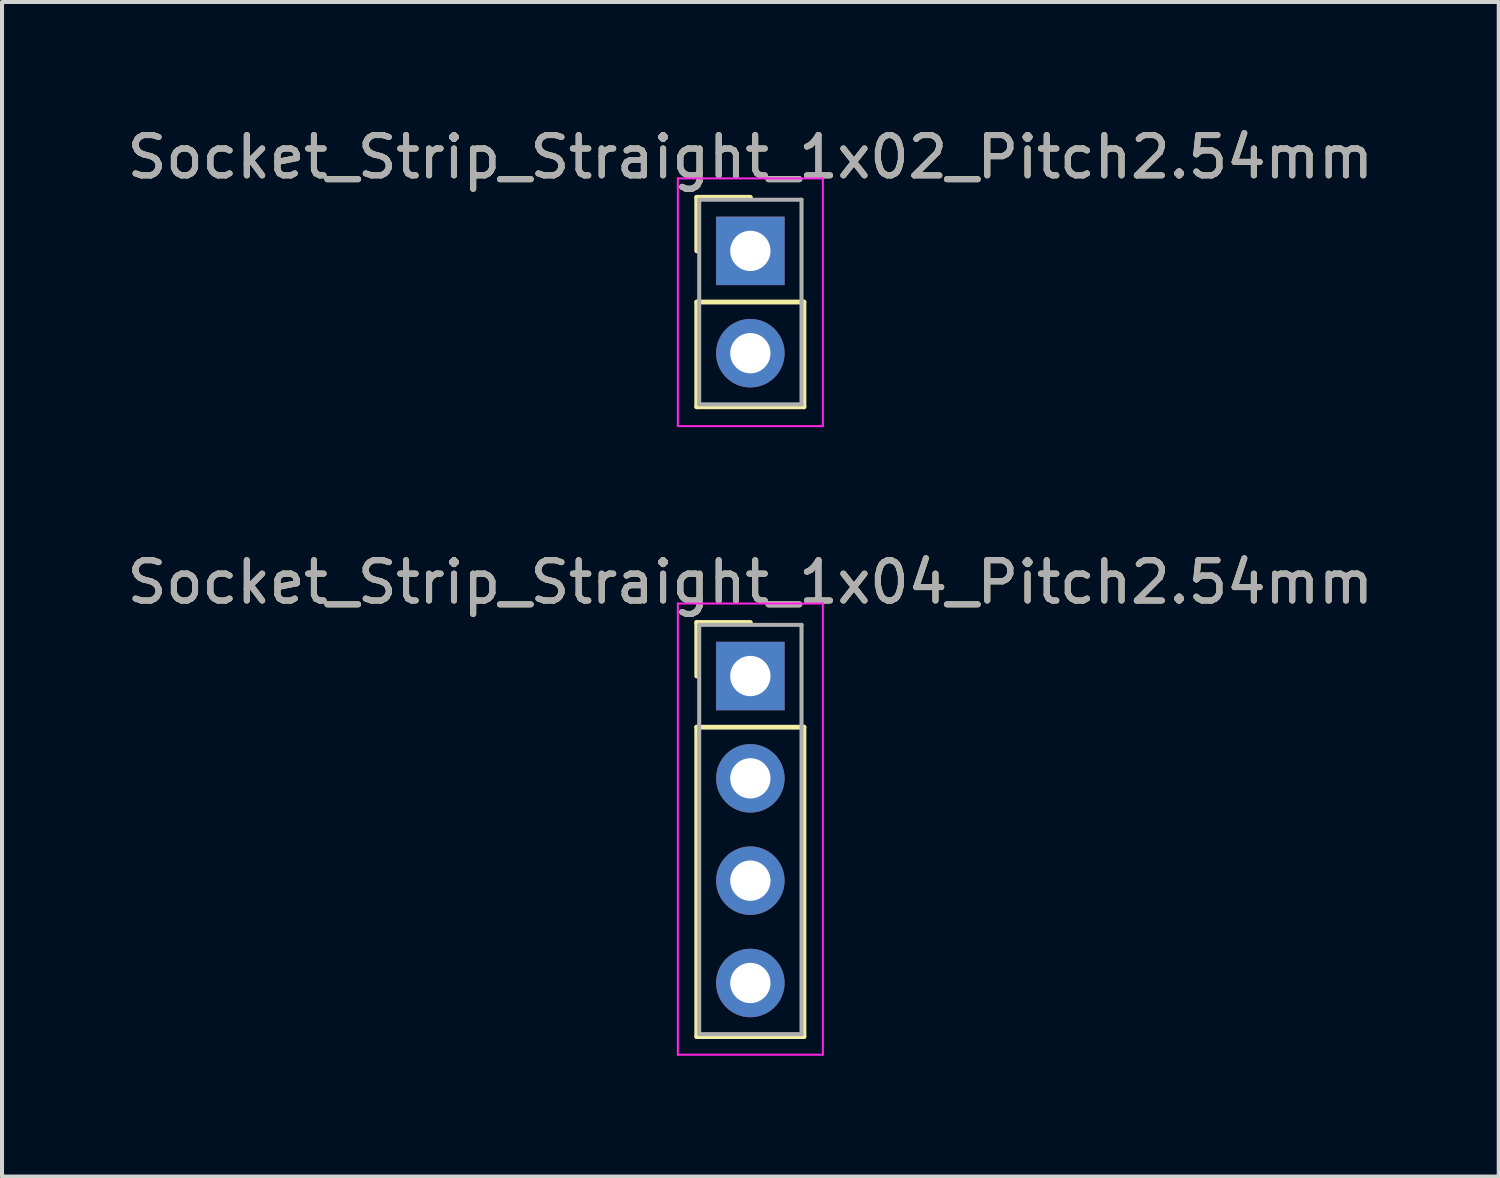
<source format=kicad_pcb>
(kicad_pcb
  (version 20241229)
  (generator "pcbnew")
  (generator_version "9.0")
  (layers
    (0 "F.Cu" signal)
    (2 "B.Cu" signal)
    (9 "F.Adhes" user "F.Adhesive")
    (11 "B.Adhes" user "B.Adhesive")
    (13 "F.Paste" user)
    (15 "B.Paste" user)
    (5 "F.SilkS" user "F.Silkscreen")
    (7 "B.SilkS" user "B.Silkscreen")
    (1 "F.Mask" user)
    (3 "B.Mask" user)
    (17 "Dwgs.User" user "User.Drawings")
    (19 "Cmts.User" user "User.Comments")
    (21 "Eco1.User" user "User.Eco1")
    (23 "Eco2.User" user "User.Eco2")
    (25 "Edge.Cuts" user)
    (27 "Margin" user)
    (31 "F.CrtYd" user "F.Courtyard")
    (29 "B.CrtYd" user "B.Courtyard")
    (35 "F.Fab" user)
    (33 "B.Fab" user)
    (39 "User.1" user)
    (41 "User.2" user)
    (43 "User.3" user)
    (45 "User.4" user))
  (footprint "Socket_Strip_Straight_1x02_Pitch2.54mm"
    (layer "F.Cu")
    (at 15.577 3.178)
    (property "Reference" "Socket_Strip_Straight_1x02_Pitch2.54mm" (at 0 -2.33 0) (layer "F.SilkS") (effects (font (size 1 1) (thickness 0.15))))
    (attr through_hole)
    (fp_line (start -1.33 -1.33) (end 0 -1.33) (stroke (width 0.12) (type solid)) (layer "F.SilkS"))
    (fp_line (start -1.33 0) (end -1.33 -1.33) (stroke (width 0.12) (type solid)) (layer "F.SilkS"))
    (fp_line (start -1.33 1.27) (end -1.33 3.87) (stroke (width 0.12) (type solid)) (layer "F.SilkS"))
    (fp_line (start -1.33 3.87) (end 1.33 3.87) (stroke (width 0.12) (type solid)) (layer "F.SilkS"))
    (fp_line (start 1.33 1.27) (end -1.33 1.27) (stroke (width 0.12) (type solid)) (layer "F.SilkS"))
    (fp_line (start 1.33 3.87) (end 1.33 1.27) (stroke (width 0.12) (type solid)) (layer "F.SilkS"))
    (fp_line (start -1.8 -1.8) (end -1.8 4.35) (stroke (width 0.05) (type solid)) (layer "F.CrtYd"))
    (fp_line (start -1.8 4.35) (end 1.8 4.35) (stroke (width 0.05) (type solid)) (layer "F.CrtYd"))
    (fp_line (start 1.8 -1.8) (end -1.8 -1.8) (stroke (width 0.05) (type solid)) (layer "F.CrtYd"))
    (fp_line (start 1.8 4.35) (end 1.8 -1.8) (stroke (width 0.05) (type solid)) (layer "F.CrtYd"))
    (fp_line (start -1.27 -1.27) (end -1.27 3.81) (stroke (width 0.1) (type solid)) (layer "F.Fab"))
    (fp_line (start -1.27 3.81) (end 1.27 3.81) (stroke (width 0.1) (type solid)) (layer "F.Fab"))
    (fp_line (start 1.27 -1.27) (end -1.27 -1.27) (stroke (width 0.1) (type solid)) (layer "F.Fab"))
    (fp_line (start 1.27 3.81) (end 1.27 -1.27) (stroke (width 0.1) (type solid)) (layer "F.Fab"))
    (fp_text user "${REFERENCE}" (at 0 -2.33 0) (layer "F.Fab") (effects (font (size 1 1) (thickness 0.15))))
    (pad "1" thru_hole rect (at 0 0) (size 1.7 1.7) (drill 1) (layers "*.Cu" "*.Mask"))
    (pad "2" thru_hole oval (at 0 2.54) (size 1.7 1.7) (drill 1) (layers "*.Cu" "*.Mask")))
  (footprint "Socket_Strip_Straight_1x04_Pitch2.54mm"
    (layer "F.Cu")
    (at 15.577 13.732)
    (property "Reference" "Socket_Strip_Straight_1x04_Pitch2.54mm" (at 0 -2.33 0) (layer "F.SilkS") (effects (font (size 1 1) (thickness 0.15))))
    (attr through_hole)
    (fp_line (start -1.33 -1.33) (end 0 -1.33) (stroke (width 0.12) (type solid)) (layer "F.SilkS"))
    (fp_line (start -1.33 0) (end -1.33 -1.33) (stroke (width 0.12) (type solid)) (layer "F.SilkS"))
    (fp_line (start -1.33 1.27) (end -1.33 8.95) (stroke (width 0.12) (type solid)) (layer "F.SilkS"))
    (fp_line (start -1.33 8.95) (end 1.33 8.95) (stroke (width 0.12) (type solid)) (layer "F.SilkS"))
    (fp_line (start 1.33 1.27) (end -1.33 1.27) (stroke (width 0.12) (type solid)) (layer "F.SilkS"))
    (fp_line (start 1.33 8.95) (end 1.33 1.27) (stroke (width 0.12) (type solid)) (layer "F.SilkS"))
    (fp_line (start -1.8 -1.8) (end -1.8 9.4) (stroke (width 0.05) (type solid)) (layer "F.CrtYd"))
    (fp_line (start -1.8 9.4) (end 1.8 9.4) (stroke (width 0.05) (type solid)) (layer "F.CrtYd"))
    (fp_line (start 1.8 -1.8) (end -1.8 -1.8) (stroke (width 0.05) (type solid)) (layer "F.CrtYd"))
    (fp_line (start 1.8 9.4) (end 1.8 -1.8) (stroke (width 0.05) (type solid)) (layer "F.CrtYd"))
    (fp_line (start -1.27 -1.27) (end -1.27 8.89) (stroke (width 0.1) (type solid)) (layer "F.Fab"))
    (fp_line (start -1.27 8.89) (end 1.27 8.89) (stroke (width 0.1) (type solid)) (layer "F.Fab"))
    (fp_line (start 1.27 -1.27) (end -1.27 -1.27) (stroke (width 0.1) (type solid)) (layer "F.Fab"))
    (fp_line (start 1.27 8.89) (end 1.27 -1.27) (stroke (width 0.1) (type solid)) (layer "F.Fab"))
    (fp_text user "${REFERENCE}" (at 0 -2.33 0) (layer "F.Fab") (effects (font (size 1 1) (thickness 0.15))))
    (pad "1" thru_hole rect (at 0 0) (size 1.7 1.7) (drill 1) (layers "*.Cu" "*.Mask"))
    (pad "2" thru_hole oval (at 0 2.54) (size 1.7 1.7) (drill 1) (layers "*.Cu" "*.Mask"))
    (pad "3" thru_hole oval (at 0 5.08) (size 1.7 1.7) (drill 1) (layers "*.Cu" "*.Mask"))
    (pad "4" thru_hole oval (at 0 7.62) (size 1.7 1.7) (drill 1) (layers "*.Cu" "*.Mask")))
  (gr_rect
    (start -3 -3)
    (end 34.155 26.157)
    (stroke (width 0.1) (type default))
    (fill no)
    (layer "Edge.Cuts")))
</source>
